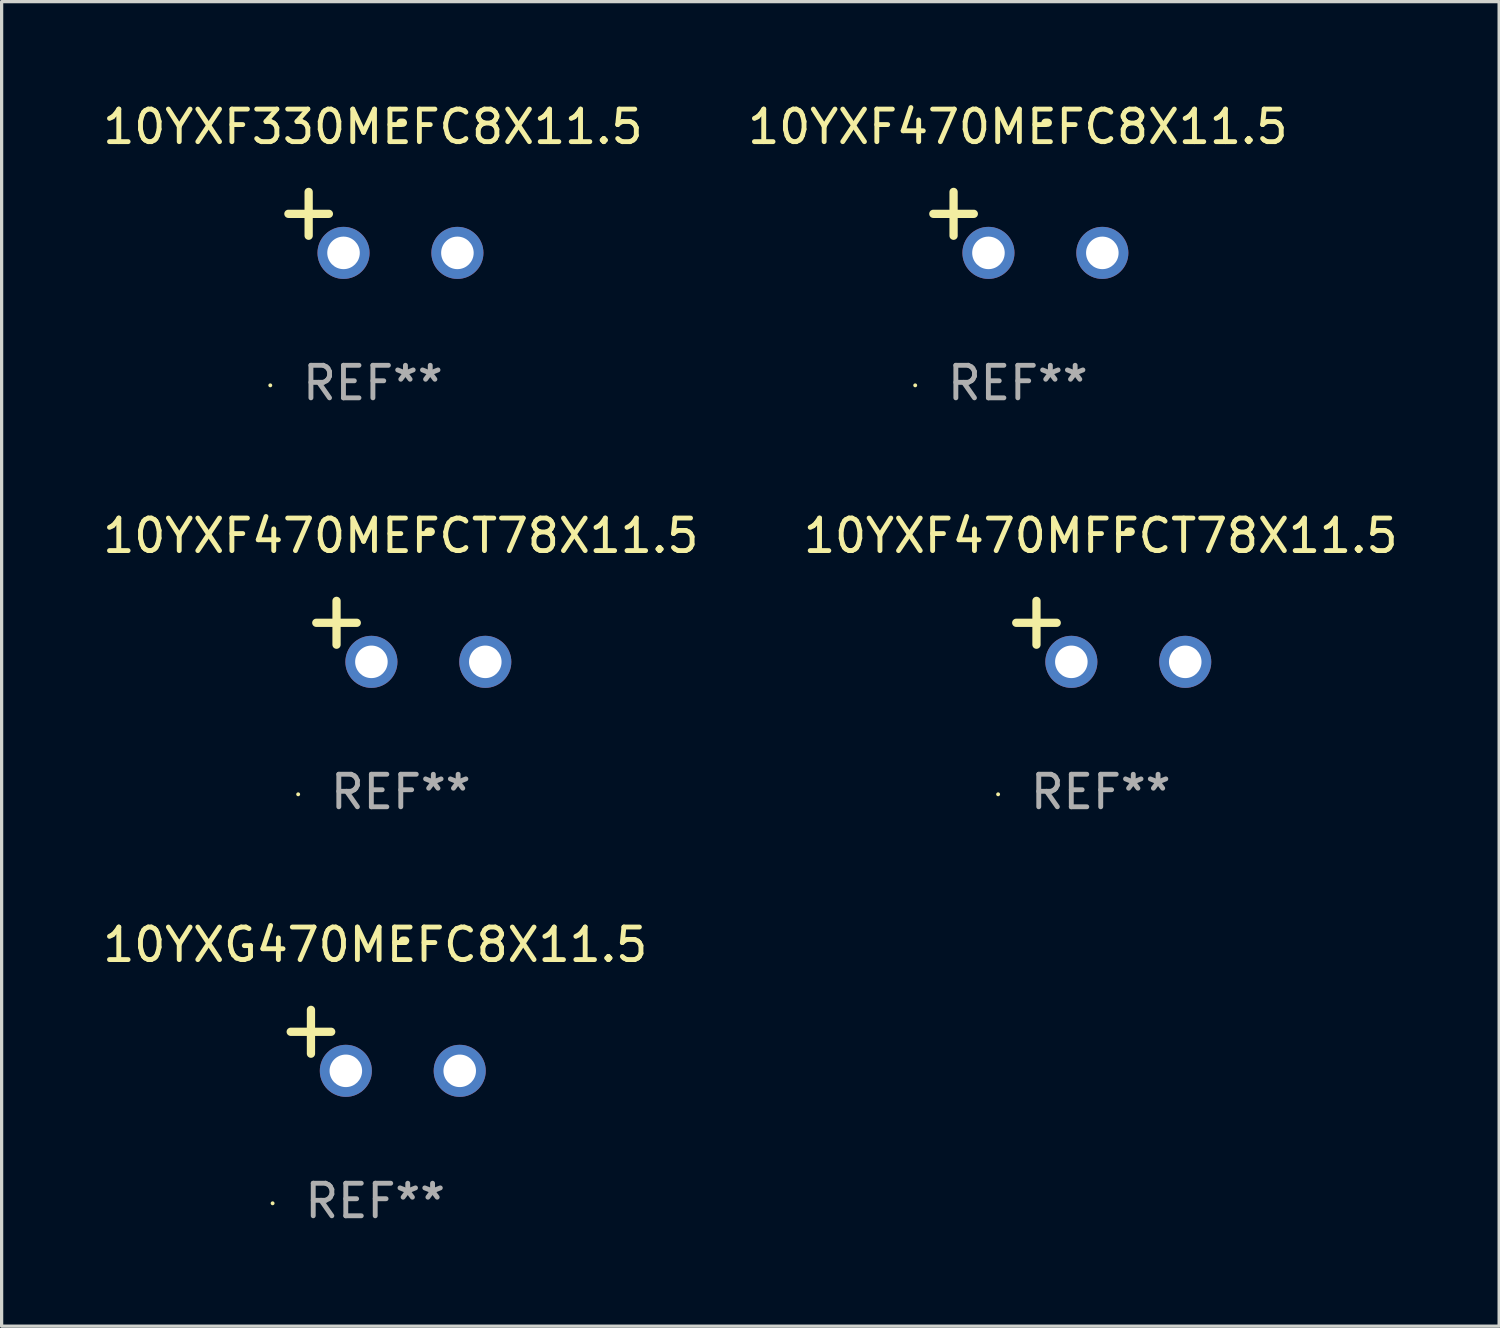
<source format=kicad_pcb>
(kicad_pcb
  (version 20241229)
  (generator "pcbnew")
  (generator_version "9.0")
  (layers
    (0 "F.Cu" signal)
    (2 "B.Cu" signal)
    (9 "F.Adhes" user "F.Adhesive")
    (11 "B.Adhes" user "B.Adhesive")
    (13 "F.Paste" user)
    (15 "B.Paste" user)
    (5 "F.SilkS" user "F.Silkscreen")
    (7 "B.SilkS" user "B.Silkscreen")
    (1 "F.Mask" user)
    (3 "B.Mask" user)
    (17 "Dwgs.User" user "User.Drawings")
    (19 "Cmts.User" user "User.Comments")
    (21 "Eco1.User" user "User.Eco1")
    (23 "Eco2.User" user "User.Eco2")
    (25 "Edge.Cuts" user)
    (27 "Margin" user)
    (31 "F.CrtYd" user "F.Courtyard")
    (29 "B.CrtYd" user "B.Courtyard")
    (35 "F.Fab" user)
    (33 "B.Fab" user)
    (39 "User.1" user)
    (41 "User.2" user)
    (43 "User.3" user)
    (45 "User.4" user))
  (footprint "10YXF470MEFCT78X11.5"
    (layer "F.Cu")
    (at 9.268 16.354)
    (property "Reference" "10YXF470MEFCT78X11.5" (at 0 -2.937 0) (layer "F.SilkS") (effects (font (size 1 1) (thickness 0.15))))
    (attr through_hole)
    (fp_line (start -1.975 0.41) (end -1.975 -0.937) (stroke (width 0.254) (type solid)) (layer "F.SilkS"))
    (fp_line (start -1.353 -0.263) (end -2.597 -0.263) (stroke (width 0.254) (type solid)) (layer "F.SilkS"))
    (fp_arc (start 0.849809 -3.063957) (mid 0.885369 -3.064114) (end 0.920929 -3.063957) (stroke (width 0.254001) (type solid)) (layer "F.SilkS"))
    (fp_circle (center -3.154 5.008) (end -3.124 5.008) (stroke (width 0.06) (type solid)) (fill no) (layer "F.SilkS"))
    (fp_text user "REF**" (at 0 4.937 0) (layer "F.Fab") (effects (font (size 1 1) (thickness 0.15))))
    (pad "1" thru_hole circle (at -0.903 0.937) (size 1.6 1.6) (drill 1) (layers "*.Cu" "*.Mask"))
    (pad "2" thru_hole circle (at 2.597 0.937) (size 1.6 1.6) (drill 1) (layers "*.Cu" "*.Mask")))
  (footprint "10YXF470MFFCT78X11.5"
    (layer "F.Cu")
    (at 30.78 16.354)
    (property "Reference" "10YXF470MFFCT78X11.5" (at 0 -2.937 0) (layer "F.SilkS") (effects (font (size 1 1) (thickness 0.15))))
    (attr through_hole)
    (fp_line (start -1.975 0.41) (end -1.975 -0.937) (stroke (width 0.254) (type solid)) (layer "F.SilkS"))
    (fp_line (start -1.353 -0.263) (end -2.597 -0.263) (stroke (width 0.254) (type solid)) (layer "F.SilkS"))
    (fp_arc (start 0.849809 -3.063957) (mid 0.885369 -3.064114) (end 0.920929 -3.063957) (stroke (width 0.254001) (type solid)) (layer "F.SilkS"))
    (fp_circle (center -3.154 5.008) (end -3.124 5.008) (stroke (width 0.06) (type solid)) (fill no) (layer "F.SilkS"))
    (fp_text user "REF**" (at 0 4.937 0) (layer "F.Fab") (effects (font (size 1 1) (thickness 0.15))))
    (pad "1" thru_hole circle (at -0.903 0.937) (size 1.6 1.6) (drill 1) (layers "*.Cu" "*.Mask"))
    (pad "2" thru_hole circle (at 2.597 0.937) (size 1.6 1.6) (drill 1) (layers "*.Cu" "*.Mask")))
  (footprint "10YXF330MEFC8X11.5"
    (layer "F.Cu")
    (at 8.411 3.785)
    (property "Reference" "10YXF330MEFC8X11.5" (at 0 -2.937 0) (layer "F.SilkS") (effects (font (size 1 1) (thickness 0.15))))
    (attr through_hole)
    (fp_line (start -1.975 0.41) (end -1.975 -0.937) (stroke (width 0.254) (type solid)) (layer "F.SilkS"))
    (fp_line (start -1.353 -0.263) (end -2.597 -0.263) (stroke (width 0.254) (type solid)) (layer "F.SilkS"))
    (fp_arc (start 0.849809 -3.063957) (mid 0.885369 -3.064114) (end 0.920929 -3.063957) (stroke (width 0.254001) (type solid)) (layer "F.SilkS"))
    (fp_circle (center -3.154 5.008) (end -3.124 5.008) (stroke (width 0.06) (type solid)) (fill no) (layer "F.SilkS"))
    (fp_text user "REF**" (at 0 4.937 0) (layer "F.Fab") (effects (font (size 1 1) (thickness 0.15))))
    (pad "1" thru_hole circle (at -0.903 0.937) (size 1.6 1.6) (drill 1) (layers "*.Cu" "*.Mask"))
    (pad "2" thru_hole circle (at 2.597 0.937) (size 1.6 1.6) (drill 1) (layers "*.Cu" "*.Mask")))
  (footprint "10YXG470MEFC8X11.5"
    (layer "F.Cu")
    (at 8.482 28.924)
    (property "Reference" "10YXG470MEFC8X11.5" (at 0 -2.937 0) (layer "F.SilkS") (effects (font (size 1 1) (thickness 0.15))))
    (attr through_hole)
    (fp_line (start -1.975 0.41) (end -1.975 -0.937) (stroke (width 0.254) (type solid)) (layer "F.SilkS"))
    (fp_line (start -1.353 -0.263) (end -2.597 -0.263) (stroke (width 0.254) (type solid)) (layer "F.SilkS"))
    (fp_arc (start 0.849809 -3.063957) (mid 0.885369 -3.064114) (end 0.920929 -3.063957) (stroke (width 0.254001) (type solid)) (layer "F.SilkS"))
    (fp_circle (center -3.154 5.008) (end -3.124 5.008) (stroke (width 0.06) (type solid)) (fill no) (layer "F.SilkS"))
    (fp_text user "REF**" (at 0 4.937 0) (layer "F.Fab") (effects (font (size 1 1) (thickness 0.15))))
    (pad "1" thru_hole circle (at -0.903 0.937) (size 1.6 1.6) (drill 1) (layers "*.Cu" "*.Mask"))
    (pad "2" thru_hole circle (at 2.597 0.937) (size 1.6 1.6) (drill 1) (layers "*.Cu" "*.Mask")))
  (footprint "10YXF470MEFC8X11.5"
    (layer "F.Cu")
    (at 28.232 3.785)
    (property "Reference" "10YXF470MEFC8X11.5" (at 0 -2.937 0) (layer "F.SilkS") (effects (font (size 1 1) (thickness 0.15))))
    (attr through_hole)
    (fp_line (start -1.975 0.41) (end -1.975 -0.937) (stroke (width 0.254) (type solid)) (layer "F.SilkS"))
    (fp_line (start -1.353 -0.263) (end -2.597 -0.263) (stroke (width 0.254) (type solid)) (layer "F.SilkS"))
    (fp_arc (start 0.849809 -3.063957) (mid 0.885369 -3.064114) (end 0.920929 -3.063957) (stroke (width 0.254001) (type solid)) (layer "F.SilkS"))
    (fp_circle (center -3.154 5.008) (end -3.124 5.008) (stroke (width 0.06) (type solid)) (fill no) (layer "F.SilkS"))
    (fp_text user "REF**" (at 0 4.937 0) (layer "F.Fab") (effects (font (size 1 1) (thickness 0.15))))
    (pad "1" thru_hole circle (at -0.903 0.937) (size 1.6 1.6) (drill 1) (layers "*.Cu" "*.Mask"))
    (pad "2" thru_hole circle (at 2.597 0.937) (size 1.6 1.6) (drill 1) (layers "*.Cu" "*.Mask")))
  (gr_rect
    (start -3 -3)
    (end 43.024 37.709)
    (stroke (width 0.1) (type default))
    (fill no)
    (layer "Edge.Cuts")))
</source>
